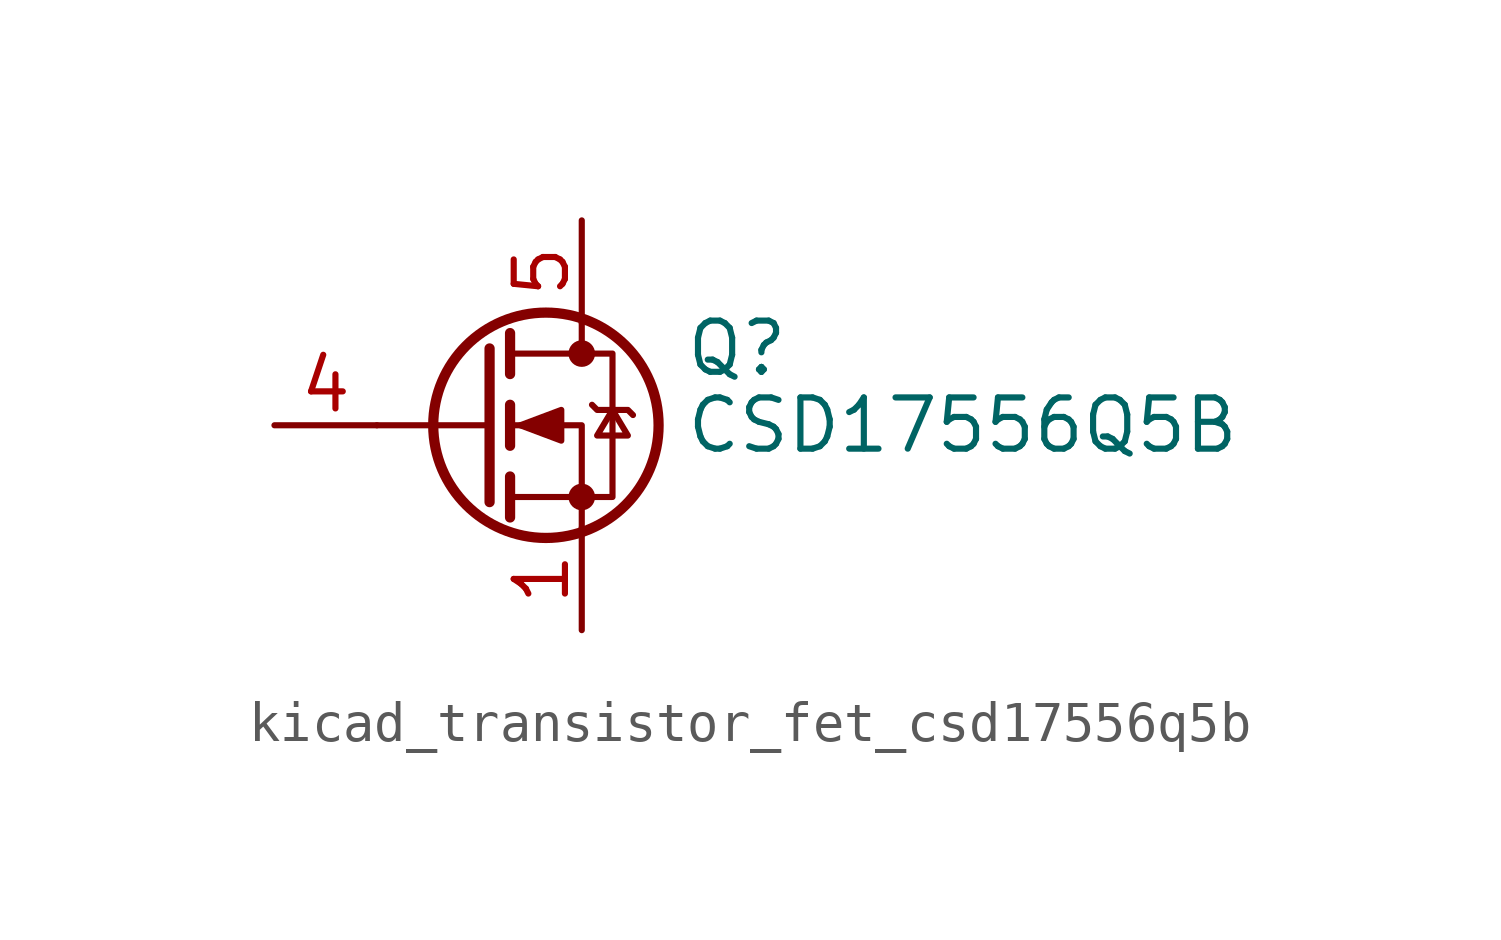
<source format=kicad_sym>
(kicad_symbol_lib
  (version 20220914)
  (generator kicad_symbol_editor)
  (symbol "kicad_transistor_fet_csd17556q5b"
    (pin_names hide)
    (property "Reference" "Q"
      (at 5.08 1.905 0)
      (effects (font (size 1.27 1.27)) (justify left)))
    (property "Value" "CSD17556Q5B"
      (at 5.08 0 0)
      (effects (font (size 1.27 1.27)) (justify left)))
    (symbol "kicad_transistor_fet_csd17556q5b_0_1"
      (polyline (pts (xy 0.254 0) (xy -2.54 0)) (stroke (width 0) (type default)) (fill (type none)))
      (polyline (pts (xy 0.254 1.905) (xy 0.254 -1.905)) (stroke (width 0.254) (type default)) (fill (type none)))
      (polyline (pts (xy 0.762 -1.27) (xy 0.762 -2.286)) (stroke (width 0.254) (type default)) (fill (type none)))
      (polyline (pts (xy 0.762 0.508) (xy 0.762 -0.508)) (stroke (width 0.254) (type default)) (fill (type none)))
      (polyline (pts (xy 0.762 2.286) (xy 0.762 1.27)) (stroke (width 0.254) (type default)) (fill (type none)))
      (polyline (pts (xy 2.54 2.54) (xy 2.54 1.778)) (stroke (width 0) (type default)) (fill (type none)))
      (polyline (pts (xy 2.54 -2.54) (xy 2.54 0) (xy 0.762 0)) (stroke (width 0) (type default)) (fill (type none)))
      (polyline (pts (xy 0.762 -1.778) (xy 3.302 -1.778) (xy 3.302 1.778) (xy 0.762 1.778)) (stroke (width 0) (type default)) (fill (type none)))
      (polyline (pts (xy 1.016 0) (xy 2.032 0.381) (xy 2.032 -0.381) (xy 1.016 0)) (stroke (width 0) (type default)) (fill (type outline)))
      (polyline (pts (xy 2.794 0.508) (xy 2.921 0.381) (xy 3.683 0.381) (xy 3.81 0.254)) (stroke (width 0) (type default)) (fill (type none)))
      (polyline (pts (xy 3.302 0.381) (xy 2.921 -0.254) (xy 3.683 -0.254) (xy 3.302 0.381)) (stroke (width 0) (type default)) (fill (type none)))
      (circle (center 1.651 0) (radius 2.794) (stroke (width 0.254) (type default)) (fill (type none)))
      (circle (center 2.54 -1.778) (radius 0.254) (stroke (width 0) (type default)) (fill (type outline)))
      (circle (center 2.54 1.778) (radius 0.254) (stroke (width 0) (type default)) (fill (type outline))))
    (symbol "kicad_transistor_fet_csd17556q5b_1_1"
      (pin passive line (at 2.54 -5.08 90) (length 2.54) (name "S" (effects (font (size 1.27 1.27)))) (number "1" (effects (font (size 1.27 1.27)))))
      (pin passive line (at 2.54 -5.08 90) (length 2.54) hide (name "S" (effects (font (size 1.27 1.27)))) (number "2" (effects (font (size 1.27 1.27)))))
      (pin passive line (at 2.54 -5.08 90) (length 2.54) hide (name "S" (effects (font (size 1.27 1.27)))) (number "3" (effects (font (size 1.27 1.27)))))
      (pin passive line (at -5.08 0 0) (length 2.54) (name "G" (effects (font (size 1.27 1.27)))) (number "4" (effects (font (size 1.27 1.27)))))
      (pin passive line (at 2.54 5.08 270) (length 2.54) (name "D" (effects (font (size 1.27 1.27)))) (number "5" (effects (font (size 1.27 1.27))))))))
</source>
